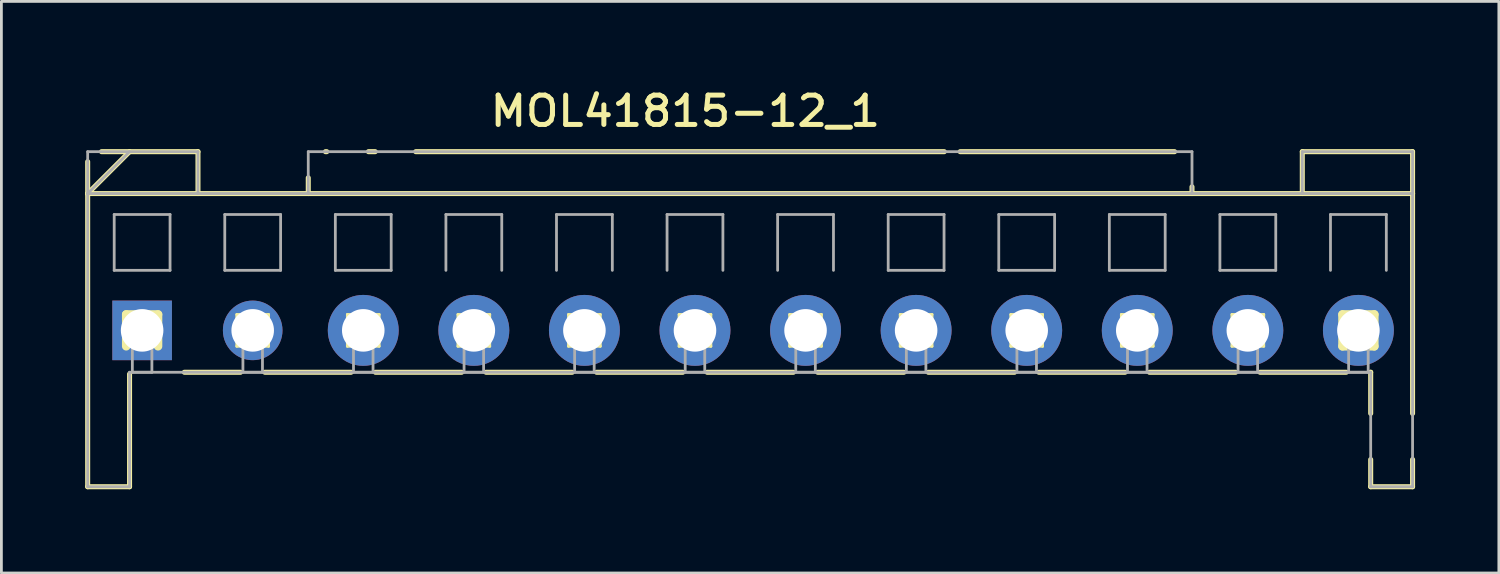
<source format=kicad_pcb>
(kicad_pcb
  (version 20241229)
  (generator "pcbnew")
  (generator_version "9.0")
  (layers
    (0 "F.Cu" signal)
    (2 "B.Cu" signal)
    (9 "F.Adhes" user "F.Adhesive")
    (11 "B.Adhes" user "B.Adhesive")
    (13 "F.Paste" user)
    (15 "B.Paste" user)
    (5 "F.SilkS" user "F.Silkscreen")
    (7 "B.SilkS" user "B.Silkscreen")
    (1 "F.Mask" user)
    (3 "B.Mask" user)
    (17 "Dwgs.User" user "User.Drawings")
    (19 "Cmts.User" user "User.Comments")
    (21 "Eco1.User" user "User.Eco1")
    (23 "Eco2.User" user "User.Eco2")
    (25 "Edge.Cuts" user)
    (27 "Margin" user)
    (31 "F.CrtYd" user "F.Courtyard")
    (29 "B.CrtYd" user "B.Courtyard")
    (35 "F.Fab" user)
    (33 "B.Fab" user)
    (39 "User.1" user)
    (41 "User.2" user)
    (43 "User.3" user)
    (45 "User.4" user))
  (footprint "MOL41815-12_1"
    (layer "F.Cu")
    (at 2.04 8.782)
    (property "Reference" "MOL41815-12_1" (at 19.454 -7.852 0) (unlocked yes) (layer "F.SilkS") (effects (font (size 1.05 1.104) (thickness 0.18))))
    (attr smd)
    (fp_line (start -1.95 -4.9) (end -1.95 -6.042) (stroke (width 0.18) (type solid)) (layer "F.SilkS"))
    (fp_line (start -1.95 -4.9) (end -0.45 -6.4) (stroke (width 0.18) (type solid)) (layer "F.SilkS"))
    (fp_line (start -1.95 -4.9) (end 45.5 -4.9) (stroke (width 0.18) (type solid)) (layer "F.SilkS"))
    (fp_line (start -1.95 5.6) (end -1.95 -4.9) (stroke (width 0.18) (type solid)) (layer "F.SilkS"))
    (fp_line (start -1.95 5.6) (end -0.45 5.6) (stroke (width 0.18) (type solid)) (layer "F.SilkS"))
    (fp_line (start -1.454 -6.4) (end 2 -6.4) (stroke (width 0.18) (type solid)) (layer "F.SilkS"))
    (fp_line (start -0.57 -0.57) (end 0.57 -0.57) (stroke (width 0.305) (type solid)) (layer "F.SilkS"))
    (fp_line (start -0.57 0.57) (end -0.57 -0.57) (stroke (width 0.305) (type solid)) (layer "F.SilkS"))
    (fp_line (start -0.45 5.6) (end -0.45 1.562) (stroke (width 0.18) (type solid)) (layer "F.SilkS"))
    (fp_line (start 0.57 0.57) (end 0.57 -0.57) (stroke (width 0.305) (type solid)) (layer "F.SilkS"))
    (fp_line (start 1.512 1.5) (end 3.526 1.5) (stroke (width 0.18) (type solid)) (layer "F.SilkS"))
    (fp_line (start 2 -4.9) (end 2 -6.4) (stroke (width 0.18) (type solid)) (layer "F.SilkS"))
    (fp_line (start 3.39 -0.57) (end 4.53 -0.57) (stroke (width 0.1) (type solid)) (layer "F.SilkS"))
    (fp_line (start 3.39 0.57) (end 3.39 -0.57) (stroke (width 0.1) (type solid)) (layer "F.SilkS"))
    (fp_line (start 3.39 0.57) (end 4.53 0.57) (stroke (width 0.1) (type solid)) (layer "F.SilkS"))
    (fp_line (start 4.394 1.5) (end 7.486 1.5) (stroke (width 0.18) (type solid)) (layer "F.SilkS"))
    (fp_line (start 4.53 0.57) (end 4.53 -0.57) (stroke (width 0.1) (type solid)) (layer "F.SilkS"))
    (fp_line (start 5.95 -4.9) (end 5.95 -5.464) (stroke (width 0.18) (type solid)) (layer "F.SilkS"))
    (fp_line (start 6.566 -6.4) (end 6.613 -6.4) (stroke (width 0.18) (type solid)) (layer "F.SilkS"))
    (fp_line (start 7.35 -0.57) (end 8.49 -0.57) (stroke (width 0.1) (type solid)) (layer "F.SilkS"))
    (fp_line (start 7.35 0.57) (end 7.35 -0.57) (stroke (width 0.1) (type solid)) (layer "F.SilkS"))
    (fp_line (start 7.35 0.57) (end 8.49 0.57) (stroke (width 0.1) (type solid)) (layer "F.SilkS"))
    (fp_line (start 8.105 -6.4) (end 8.348 -6.4) (stroke (width 0.18) (type solid)) (layer "F.SilkS"))
    (fp_line (start 8.354 1.5) (end 11.446 1.5) (stroke (width 0.18) (type solid)) (layer "F.SilkS"))
    (fp_line (start 8.49 0.57) (end 8.49 -0.57) (stroke (width 0.1) (type solid)) (layer "F.SilkS"))
    (fp_line (start 9.799 -6.4) (end 28.728 -6.4) (stroke (width 0.18) (type solid)) (layer "F.SilkS"))
    (fp_line (start 11.31 -0.57) (end 12.45 -0.57) (stroke (width 0.1) (type solid)) (layer "F.SilkS"))
    (fp_line (start 11.31 0.57) (end 11.31 -0.57) (stroke (width 0.1) (type solid)) (layer "F.SilkS"))
    (fp_line (start 11.31 0.57) (end 12.45 0.57) (stroke (width 0.1) (type solid)) (layer "F.SilkS"))
    (fp_line (start 12.314 1.5) (end 15.406 1.5) (stroke (width 0.18) (type solid)) (layer "F.SilkS"))
    (fp_line (start 12.45 0.57) (end 12.45 -0.57) (stroke (width 0.1) (type solid)) (layer "F.SilkS"))
    (fp_line (start 15.27 -0.57) (end 16.41 -0.57) (stroke (width 0.1) (type solid)) (layer "F.SilkS"))
    (fp_line (start 15.27 0.57) (end 15.27 -0.57) (stroke (width 0.1) (type solid)) (layer "F.SilkS"))
    (fp_line (start 15.27 0.57) (end 16.41 0.57) (stroke (width 0.1) (type solid)) (layer "F.SilkS"))
    (fp_line (start 16.274 1.5) (end 19.366 1.5) (stroke (width 0.18) (type solid)) (layer "F.SilkS"))
    (fp_line (start 16.41 0.57) (end 16.41 -0.57) (stroke (width 0.1) (type solid)) (layer "F.SilkS"))
    (fp_line (start 19.23 -0.57) (end 20.37 -0.57) (stroke (width 0.1) (type solid)) (layer "F.SilkS"))
    (fp_line (start 19.23 0.57) (end 19.23 -0.57) (stroke (width 0.1) (type solid)) (layer "F.SilkS"))
    (fp_line (start 19.23 0.57) (end 20.37 0.57) (stroke (width 0.1) (type solid)) (layer "F.SilkS"))
    (fp_line (start 20.234 1.5) (end 23.326 1.5) (stroke (width 0.18) (type solid)) (layer "F.SilkS"))
    (fp_line (start 20.37 0.57) (end 20.37 -0.57) (stroke (width 0.1) (type solid)) (layer "F.SilkS"))
    (fp_line (start 23.19 -0.57) (end 24.33 -0.57) (stroke (width 0.1) (type solid)) (layer "F.SilkS"))
    (fp_line (start 23.19 0.57) (end 23.19 -0.57) (stroke (width 0.1) (type solid)) (layer "F.SilkS"))
    (fp_line (start 23.19 0.57) (end 24.33 0.57) (stroke (width 0.1) (type solid)) (layer "F.SilkS"))
    (fp_line (start 24.194 1.5) (end 27.286 1.5) (stroke (width 0.18) (type solid)) (layer "F.SilkS"))
    (fp_line (start 24.33 0.57) (end 24.33 -0.57) (stroke (width 0.1) (type solid)) (layer "F.SilkS"))
    (fp_line (start 27.15 -0.57) (end 28.29 -0.57) (stroke (width 0.1) (type solid)) (layer "F.SilkS"))
    (fp_line (start 27.15 0.57) (end 27.15 -0.57) (stroke (width 0.1) (type solid)) (layer "F.SilkS"))
    (fp_line (start 27.15 0.57) (end 28.29 0.57) (stroke (width 0.1) (type solid)) (layer "F.SilkS"))
    (fp_line (start 28.154 1.5) (end 31.246 1.5) (stroke (width 0.18) (type solid)) (layer "F.SilkS"))
    (fp_line (start 28.29 0.57) (end 28.29 -0.57) (stroke (width 0.1) (type solid)) (layer "F.SilkS"))
    (fp_line (start 29.297 -6.4) (end 36.977 -6.4) (stroke (width 0.18) (type solid)) (layer "F.SilkS"))
    (fp_line (start 31.11 -0.57) (end 32.25 -0.57) (stroke (width 0.1) (type solid)) (layer "F.SilkS"))
    (fp_line (start 31.11 0.57) (end 31.11 -0.57) (stroke (width 0.1) (type solid)) (layer "F.SilkS"))
    (fp_line (start 31.11 0.57) (end 32.25 0.57) (stroke (width 0.1) (type solid)) (layer "F.SilkS"))
    (fp_line (start 32.114 1.5) (end 35.206 1.5) (stroke (width 0.18) (type solid)) (layer "F.SilkS"))
    (fp_line (start 32.25 0.57) (end 32.25 -0.57) (stroke (width 0.1) (type solid)) (layer "F.SilkS"))
    (fp_line (start 35.07 -0.57) (end 36.21 -0.57) (stroke (width 0.1) (type solid)) (layer "F.SilkS"))
    (fp_line (start 35.07 0.57) (end 35.07 -0.57) (stroke (width 0.1) (type solid)) (layer "F.SilkS"))
    (fp_line (start 35.07 0.57) (end 36.21 0.57) (stroke (width 0.1) (type solid)) (layer "F.SilkS"))
    (fp_line (start 36.074 1.5) (end 39.166 1.5) (stroke (width 0.18) (type solid)) (layer "F.SilkS"))
    (fp_line (start 36.21 0.57) (end 36.21 -0.57) (stroke (width 0.1) (type solid)) (layer "F.SilkS"))
    (fp_line (start 37.6 -4.9) (end 37.6 -5.141) (stroke (width 0.18) (type solid)) (layer "F.SilkS"))
    (fp_line (start 39.03 -0.57) (end 40.17 -0.57) (stroke (width 0.1) (type solid)) (layer "F.SilkS"))
    (fp_line (start 39.03 0.57) (end 39.03 -0.57) (stroke (width 0.1) (type solid)) (layer "F.SilkS"))
    (fp_line (start 39.03 0.57) (end 40.17 0.57) (stroke (width 0.1) (type solid)) (layer "F.SilkS"))
    (fp_line (start 40.034 1.5) (end 43.126 1.5) (stroke (width 0.18) (type solid)) (layer "F.SilkS"))
    (fp_line (start 40.17 0.57) (end 40.17 -0.57) (stroke (width 0.1) (type solid)) (layer "F.SilkS"))
    (fp_line (start 41.55 -6.4) (end 45.5 -6.4) (stroke (width 0.18) (type solid)) (layer "F.SilkS"))
    (fp_line (start 41.55 -4.9) (end 41.55 -6.4) (stroke (width 0.18) (type solid)) (layer "F.SilkS"))
    (fp_line (start 42.99 -0.57) (end 44.13 -0.57) (stroke (width 0.305) (type solid)) (layer "F.SilkS"))
    (fp_line (start 42.99 0.57) (end 42.99 -0.57) (stroke (width 0.305) (type solid)) (layer "F.SilkS"))
    (fp_line (start 42.99 0.57) (end 44.13 0.57) (stroke (width 0.305) (type solid)) (layer "F.SilkS"))
    (fp_line (start 43.994 1.5) (end 44 1.5) (stroke (width 0.18) (type solid)) (layer "F.SilkS"))
    (fp_line (start 44 2.975) (end 44 1.5) (stroke (width 0.18) (type solid)) (layer "F.SilkS"))
    (fp_line (start 44 5.6) (end 44 4.625) (stroke (width 0.18) (type solid)) (layer "F.SilkS"))
    (fp_line (start 44 5.6) (end 45.5 5.6) (stroke (width 0.18) (type solid)) (layer "F.SilkS"))
    (fp_line (start 44.13 0.57) (end 44.13 -0.57) (stroke (width 0.305) (type solid)) (layer "F.SilkS"))
    (fp_line (start 45.5 -4.9) (end 45.5 -6.4) (stroke (width 0.18) (type solid)) (layer "F.SilkS"))
    (fp_line (start 45.5 2.975) (end 45.5 -4.9) (stroke (width 0.18) (type solid)) (layer "F.SilkS"))
    (fp_line (start 45.5 5.6) (end 45.5 4.625) (stroke (width 0.18) (type solid)) (layer "F.SilkS"))
    (fp_line (start -1.95 -6.4) (end 2 -6.4) (stroke (width 0.1) (type solid)) (layer "F.Fab"))
    (fp_line (start -1.95 -4.9) (end -1.95 -6.4) (stroke (width 0.1) (type solid)) (layer "F.Fab"))
    (fp_line (start -1.95 -4.9) (end -0.45 -6.4) (stroke (width 0.1) (type solid)) (layer "F.Fab"))
    (fp_line (start -1.95 -4.9) (end 45.5 -4.9) (stroke (width 0.1) (type solid)) (layer "F.Fab"))
    (fp_line (start -1.95 5.6) (end -1.95 -4.9) (stroke (width 0.1) (type solid)) (layer "F.Fab"))
    (fp_line (start -1.95 5.6) (end -0.45 5.6) (stroke (width 0.1) (type solid)) (layer "F.Fab"))
    (fp_line (start -1 -4.15) (end 1 -4.15) (stroke (width 0.1) (type solid)) (layer "F.Fab"))
    (fp_line (start -1 -2.15) (end -1 -4.15) (stroke (width 0.1) (type solid)) (layer "F.Fab"))
    (fp_line (start -1 -2.15) (end 1 -2.15) (stroke (width 0.1) (type solid)) (layer "F.Fab"))
    (fp_line (start -0.45 1.5) (end 44 1.5) (stroke (width 0.1) (type solid)) (layer "F.Fab"))
    (fp_line (start -0.45 5.6) (end -0.45 1.5) (stroke (width 0.1) (type solid)) (layer "F.Fab"))
    (fp_line (start -0.35 -0.35) (end 0.35 -0.35) (stroke (width 0.1) (type solid)) (layer "F.Fab"))
    (fp_line (start -0.35 0) (end 0.35 0) (stroke (width 0.1) (type solid)) (layer "F.Fab"))
    (fp_line (start -0.35 1.5) (end -0.35 -0.35) (stroke (width 0.1) (type solid)) (layer "F.Fab"))
    (fp_line (start -0.35 1.5) (end 0.35 1.5) (stroke (width 0.1) (type solid)) (layer "F.Fab"))
    (fp_line (start 0.35 1.5) (end 0.35 -0.35) (stroke (width 0.1) (type solid)) (layer "F.Fab"))
    (fp_line (start 1 -2.15) (end 1 -4.15) (stroke (width 0.1) (type solid)) (layer "F.Fab"))
    (fp_line (start 2 -4.9) (end 2 -6.4) (stroke (width 0.1) (type solid)) (layer "F.Fab"))
    (fp_line (start 2.96 -4.15) (end 4.96 -4.15) (stroke (width 0.1) (type solid)) (layer "F.Fab"))
    (fp_line (start 2.96 -2.15) (end 2.96 -4.15) (stroke (width 0.1) (type solid)) (layer "F.Fab"))
    (fp_line (start 2.96 -2.15) (end 4.96 -2.15) (stroke (width 0.1) (type solid)) (layer "F.Fab"))
    (fp_line (start 3.61 -0.35) (end 4.31 -0.35) (stroke (width 0.1) (type solid)) (layer "F.Fab"))
    (fp_line (start 3.61 0) (end 4.31 0) (stroke (width 0.1) (type solid)) (layer "F.Fab"))
    (fp_line (start 3.61 1.5) (end 3.61 -0.35) (stroke (width 0.1) (type solid)) (layer "F.Fab"))
    (fp_line (start 3.61 1.5) (end 4.31 1.5) (stroke (width 0.1) (type solid)) (layer "F.Fab"))
    (fp_line (start 4.31 1.5) (end 4.31 -0.35) (stroke (width 0.1) (type solid)) (layer "F.Fab"))
    (fp_line (start 4.96 -2.15) (end 4.96 -4.15) (stroke (width 0.1) (type solid)) (layer "F.Fab"))
    (fp_line (start 5.95 -6.4) (end 37.6 -6.4) (stroke (width 0.1) (type solid)) (layer "F.Fab"))
    (fp_line (start 5.95 -4.9) (end 5.95 -6.4) (stroke (width 0.1) (type solid)) (layer "F.Fab"))
    (fp_line (start 6.92 -4.15) (end 8.92 -4.15) (stroke (width 0.1) (type solid)) (layer "F.Fab"))
    (fp_line (start 6.92 -2.15) (end 6.92 -4.15) (stroke (width 0.1) (type solid)) (layer "F.Fab"))
    (fp_line (start 6.92 -2.15) (end 8.92 -2.15) (stroke (width 0.1) (type solid)) (layer "F.Fab"))
    (fp_line (start 7.57 -0.35) (end 8.27 -0.35) (stroke (width 0.1) (type solid)) (layer "F.Fab"))
    (fp_line (start 7.57 0) (end 8.27 0) (stroke (width 0.1) (type solid)) (layer "F.Fab"))
    (fp_line (start 7.57 1.5) (end 7.57 -0.35) (stroke (width 0.1) (type solid)) (layer "F.Fab"))
    (fp_line (start 7.57 1.5) (end 8.27 1.5) (stroke (width 0.1) (type solid)) (layer "F.Fab"))
    (fp_line (start 8.27 1.5) (end 8.27 -0.35) (stroke (width 0.1) (type solid)) (layer "F.Fab"))
    (fp_line (start 8.92 -2.15) (end 8.92 -4.15) (stroke (width 0.1) (type solid)) (layer "F.Fab"))
    (fp_line (start 10.88 -4.15) (end 12.88 -4.15) (stroke (width 0.1) (type solid)) (layer "F.Fab"))
    (fp_line (start 10.88 -2.15) (end 10.88 -4.15) (stroke (width 0.1) (type solid)) (layer "F.Fab"))
    (fp_line (start 11.53 -0.35) (end 12.23 -0.35) (stroke (width 0.1) (type solid)) (layer "F.Fab"))
    (fp_line (start 11.53 0) (end 12.23 0) (stroke (width 0.1) (type solid)) (layer "F.Fab"))
    (fp_line (start 11.53 1.5) (end 11.53 -0.35) (stroke (width 0.1) (type solid)) (layer "F.Fab"))
    (fp_line (start 11.53 1.5) (end 12.23 1.5) (stroke (width 0.1) (type solid)) (layer "F.Fab"))
    (fp_line (start 12.23 1.5) (end 12.23 -0.35) (stroke (width 0.1) (type solid)) (layer "F.Fab"))
    (fp_line (start 12.88 -2.15) (end 12.88 -4.15) (stroke (width 0.1) (type solid)) (layer "F.Fab"))
    (fp_line (start 14.84 -4.15) (end 16.84 -4.15) (stroke (width 0.1) (type solid)) (layer "F.Fab"))
    (fp_line (start 14.84 -2.15) (end 14.84 -4.15) (stroke (width 0.1) (type solid)) (layer "F.Fab"))
    (fp_line (start 15.49 -0.35) (end 16.19 -0.35) (stroke (width 0.1) (type solid)) (layer "F.Fab"))
    (fp_line (start 15.49 0) (end 16.19 0) (stroke (width 0.1) (type solid)) (layer "F.Fab"))
    (fp_line (start 15.49 1.5) (end 15.49 -0.35) (stroke (width 0.1) (type solid)) (layer "F.Fab"))
    (fp_line (start 15.49 1.5) (end 16.19 1.5) (stroke (width 0.1) (type solid)) (layer "F.Fab"))
    (fp_line (start 16.19 1.5) (end 16.19 -0.35) (stroke (width 0.1) (type solid)) (layer "F.Fab"))
    (fp_line (start 16.84 -2.15) (end 16.84 -4.15) (stroke (width 0.1) (type solid)) (layer "F.Fab"))
    (fp_line (start 18.8 -4.15) (end 20.8 -4.15) (stroke (width 0.1) (type solid)) (layer "F.Fab"))
    (fp_line (start 18.8 -2.15) (end 18.8 -4.15) (stroke (width 0.1) (type solid)) (layer "F.Fab"))
    (fp_line (start 19.45 -0.35) (end 20.15 -0.35) (stroke (width 0.1) (type solid)) (layer "F.Fab"))
    (fp_line (start 19.45 0) (end 20.15 0) (stroke (width 0.1) (type solid)) (layer "F.Fab"))
    (fp_line (start 19.45 1.5) (end 19.45 -0.35) (stroke (width 0.1) (type solid)) (layer "F.Fab"))
    (fp_line (start 19.45 1.5) (end 20.15 1.5) (stroke (width 0.1) (type solid)) (layer "F.Fab"))
    (fp_line (start 20.15 1.5) (end 20.15 -0.35) (stroke (width 0.1) (type solid)) (layer "F.Fab"))
    (fp_line (start 20.8 -2.15) (end 20.8 -4.15) (stroke (width 0.1) (type solid)) (layer "F.Fab"))
    (fp_line (start 22.76 -4.15) (end 24.76 -4.15) (stroke (width 0.1) (type solid)) (layer "F.Fab"))
    (fp_line (start 22.76 -2.15) (end 22.76 -4.15) (stroke (width 0.1) (type solid)) (layer "F.Fab"))
    (fp_line (start 23.41 -0.35) (end 24.11 -0.35) (stroke (width 0.1) (type solid)) (layer "F.Fab"))
    (fp_line (start 23.41 0) (end 24.11 0) (stroke (width 0.1) (type solid)) (layer "F.Fab"))
    (fp_line (start 23.41 1.5) (end 23.41 -0.35) (stroke (width 0.1) (type solid)) (layer "F.Fab"))
    (fp_line (start 23.41 1.5) (end 24.11 1.5) (stroke (width 0.1) (type solid)) (layer "F.Fab"))
    (fp_line (start 24.11 1.5) (end 24.11 -0.35) (stroke (width 0.1) (type solid)) (layer "F.Fab"))
    (fp_line (start 24.76 -2.15) (end 24.76 -4.15) (stroke (width 0.1) (type solid)) (layer "F.Fab"))
    (fp_line (start 26.72 -4.15) (end 28.72 -4.15) (stroke (width 0.1) (type solid)) (layer "F.Fab"))
    (fp_line (start 26.72 -2.15) (end 26.72 -4.15) (stroke (width 0.1) (type solid)) (layer "F.Fab"))
    (fp_line (start 26.72 -2.15) (end 28.72 -2.15) (stroke (width 0.1) (type solid)) (layer "F.Fab"))
    (fp_line (start 27.37 -0.35) (end 28.07 -0.35) (stroke (width 0.1) (type solid)) (layer "F.Fab"))
    (fp_line (start 27.37 0) (end 28.07 0) (stroke (width 0.1) (type solid)) (layer "F.Fab"))
    (fp_line (start 27.37 1.5) (end 27.37 -0.35) (stroke (width 0.1) (type solid)) (layer "F.Fab"))
    (fp_line (start 27.37 1.5) (end 28.07 1.5) (stroke (width 0.1) (type solid)) (layer "F.Fab"))
    (fp_line (start 28.07 1.5) (end 28.07 -0.35) (stroke (width 0.1) (type solid)) (layer "F.Fab"))
    (fp_line (start 28.72 -2.15) (end 28.72 -4.15) (stroke (width 0.1) (type solid)) (layer "F.Fab"))
    (fp_line (start 30.68 -4.15) (end 32.68 -4.15) (stroke (width 0.1) (type solid)) (layer "F.Fab"))
    (fp_line (start 30.68 -2.15) (end 30.68 -4.15) (stroke (width 0.1) (type solid)) (layer "F.Fab"))
    (fp_line (start 30.68 -2.15) (end 32.68 -2.15) (stroke (width 0.1) (type solid)) (layer "F.Fab"))
    (fp_line (start 31.33 -0.35) (end 32.03 -0.35) (stroke (width 0.1) (type solid)) (layer "F.Fab"))
    (fp_line (start 31.33 0) (end 32.03 0) (stroke (width 0.1) (type solid)) (layer "F.Fab"))
    (fp_line (start 31.33 1.5) (end 31.33 -0.35) (stroke (width 0.1) (type solid)) (layer "F.Fab"))
    (fp_line (start 31.33 1.5) (end 32.03 1.5) (stroke (width 0.1) (type solid)) (layer "F.Fab"))
    (fp_line (start 32.03 1.5) (end 32.03 -0.35) (stroke (width 0.1) (type solid)) (layer "F.Fab"))
    (fp_line (start 32.68 -2.15) (end 32.68 -4.15) (stroke (width 0.1) (type solid)) (layer "F.Fab"))
    (fp_line (start 34.64 -4.15) (end 36.64 -4.15) (stroke (width 0.1) (type solid)) (layer "F.Fab"))
    (fp_line (start 34.64 -2.15) (end 34.64 -4.15) (stroke (width 0.1) (type solid)) (layer "F.Fab"))
    (fp_line (start 34.64 -2.15) (end 36.64 -2.15) (stroke (width 0.1) (type solid)) (layer "F.Fab"))
    (fp_line (start 35.29 -0.35) (end 35.99 -0.35) (stroke (width 0.1) (type solid)) (layer "F.Fab"))
    (fp_line (start 35.29 0) (end 35.99 0) (stroke (width 0.1) (type solid)) (layer "F.Fab"))
    (fp_line (start 35.29 1.5) (end 35.29 -0.35) (stroke (width 0.1) (type solid)) (layer "F.Fab"))
    (fp_line (start 35.29 1.5) (end 35.99 1.5) (stroke (width 0.1) (type solid)) (layer "F.Fab"))
    (fp_line (start 35.99 1.5) (end 35.99 -0.35) (stroke (width 0.1) (type solid)) (layer "F.Fab"))
    (fp_line (start 36.64 -2.15) (end 36.64 -4.15) (stroke (width 0.1) (type solid)) (layer "F.Fab"))
    (fp_line (start 37.6 -4.9) (end 37.6 -6.4) (stroke (width 0.1) (type solid)) (layer "F.Fab"))
    (fp_line (start 38.6 -4.15) (end 40.6 -4.15) (stroke (width 0.1) (type solid)) (layer "F.Fab"))
    (fp_line (start 38.6 -2.15) (end 38.6 -4.15) (stroke (width 0.1) (type solid)) (layer "F.Fab"))
    (fp_line (start 38.6 -2.15) (end 40.6 -2.15) (stroke (width 0.1) (type solid)) (layer "F.Fab"))
    (fp_line (start 39.25 -0.35) (end 39.95 -0.35) (stroke (width 0.1) (type solid)) (layer "F.Fab"))
    (fp_line (start 39.25 0) (end 39.95 0) (stroke (width 0.1) (type solid)) (layer "F.Fab"))
    (fp_line (start 39.25 1.5) (end 39.25 -0.35) (stroke (width 0.1) (type solid)) (layer "F.Fab"))
    (fp_line (start 39.25 1.5) (end 39.95 1.5) (stroke (width 0.1) (type solid)) (layer "F.Fab"))
    (fp_line (start 39.95 1.5) (end 39.95 -0.35) (stroke (width 0.1) (type solid)) (layer "F.Fab"))
    (fp_line (start 40.6 -2.15) (end 40.6 -4.15) (stroke (width 0.1) (type solid)) (layer "F.Fab"))
    (fp_line (start 41.55 -6.4) (end 45.5 -6.4) (stroke (width 0.1) (type solid)) (layer "F.Fab"))
    (fp_line (start 41.55 -4.9) (end 41.55 -6.4) (stroke (width 0.1) (type solid)) (layer "F.Fab"))
    (fp_line (start 42.56 -4.15) (end 44.56 -4.15) (stroke (width 0.1) (type solid)) (layer "F.Fab"))
    (fp_line (start 42.56 -2.15) (end 42.56 -4.15) (stroke (width 0.1) (type solid)) (layer "F.Fab"))
    (fp_line (start 43.21 -0.35) (end 43.91 -0.35) (stroke (width 0.1) (type solid)) (layer "F.Fab"))
    (fp_line (start 43.21 0) (end 43.91 0) (stroke (width 0.1) (type solid)) (layer "F.Fab"))
    (fp_line (start 43.21 1.5) (end 43.21 -0.35) (stroke (width 0.1) (type solid)) (layer "F.Fab"))
    (fp_line (start 43.21 1.5) (end 43.91 1.5) (stroke (width 0.1) (type solid)) (layer "F.Fab"))
    (fp_line (start 43.91 1.5) (end 43.91 -0.35) (stroke (width 0.1) (type solid)) (layer "F.Fab"))
    (fp_line (start 44 5.6) (end 44 1.5) (stroke (width 0.1) (type solid)) (layer "F.Fab"))
    (fp_line (start 44 5.6) (end 45.5 5.6) (stroke (width 0.1) (type solid)) (layer "F.Fab"))
    (fp_line (start 44.56 -2.15) (end 44.56 -4.15) (stroke (width 0.1) (type solid)) (layer "F.Fab"))
    (fp_line (start 45.5 -4.9) (end 45.5 -6.4) (stroke (width 0.1) (type solid)) (layer "F.Fab"))
    (fp_line (start 45.5 5.6) (end 45.5 -4.9) (stroke (width 0.1) (type solid)) (layer "F.Fab"))
    (pad "1" thru_hole rect (at 0 0) (size 2.134 2.134) (drill 1.524) (layers "*.Cu" "*.Mask"))
    (pad "2" thru_hole circle (at 3.96 0) (size 2.134 2.134) (drill 1.524) (layers "*.Cu" "*.Mask"))
    (pad "3" thru_hole circle (at 7.92 0) (size 2.54 2.54) (drill 1.524) (layers "*.Cu" "*.Mask"))
    (pad "4" thru_hole circle (at 11.88 0) (size 2.54 2.54) (drill 1.524) (layers "*.Cu" "*.Mask"))
    (pad "5" thru_hole circle (at 15.84 0) (size 2.54 2.54) (drill 1.524) (layers "*.Cu" "*.Mask"))
    (pad "6" thru_hole circle (at 19.8 0) (size 2.54 2.54) (drill 1.524) (layers "*.Cu" "*.Mask"))
    (pad "7" thru_hole circle (at 23.76 0) (size 2.54 2.54) (drill 1.524) (layers "*.Cu" "*.Mask"))
    (pad "8" thru_hole circle (at 27.72 0) (size 2.54 2.54) (drill 1.524) (layers "*.Cu" "*.Mask"))
    (pad "9" thru_hole circle (at 31.68 0) (size 2.54 2.54) (drill 1.524) (layers "*.Cu" "*.Mask"))
    (pad "10" thru_hole circle (at 35.64 0) (size 2.54 2.54) (drill 1.524) (layers "*.Cu" "*.Mask"))
    (pad "11" thru_hole circle (at 39.6 0) (size 2.54 2.54) (drill 1.524) (layers "*.Cu" "*.Mask"))
    (pad "12" thru_hole circle (at 43.56 0) (size 2.54 2.54) (drill 1.524) (layers "*.Cu" "*.Mask")))
  (gr_rect
    (start -3 -3)
    (end 50.63 17.472)
    (stroke (width 0.1) (type default))
    (fill no)
    (layer "Edge.Cuts")))
</source>
